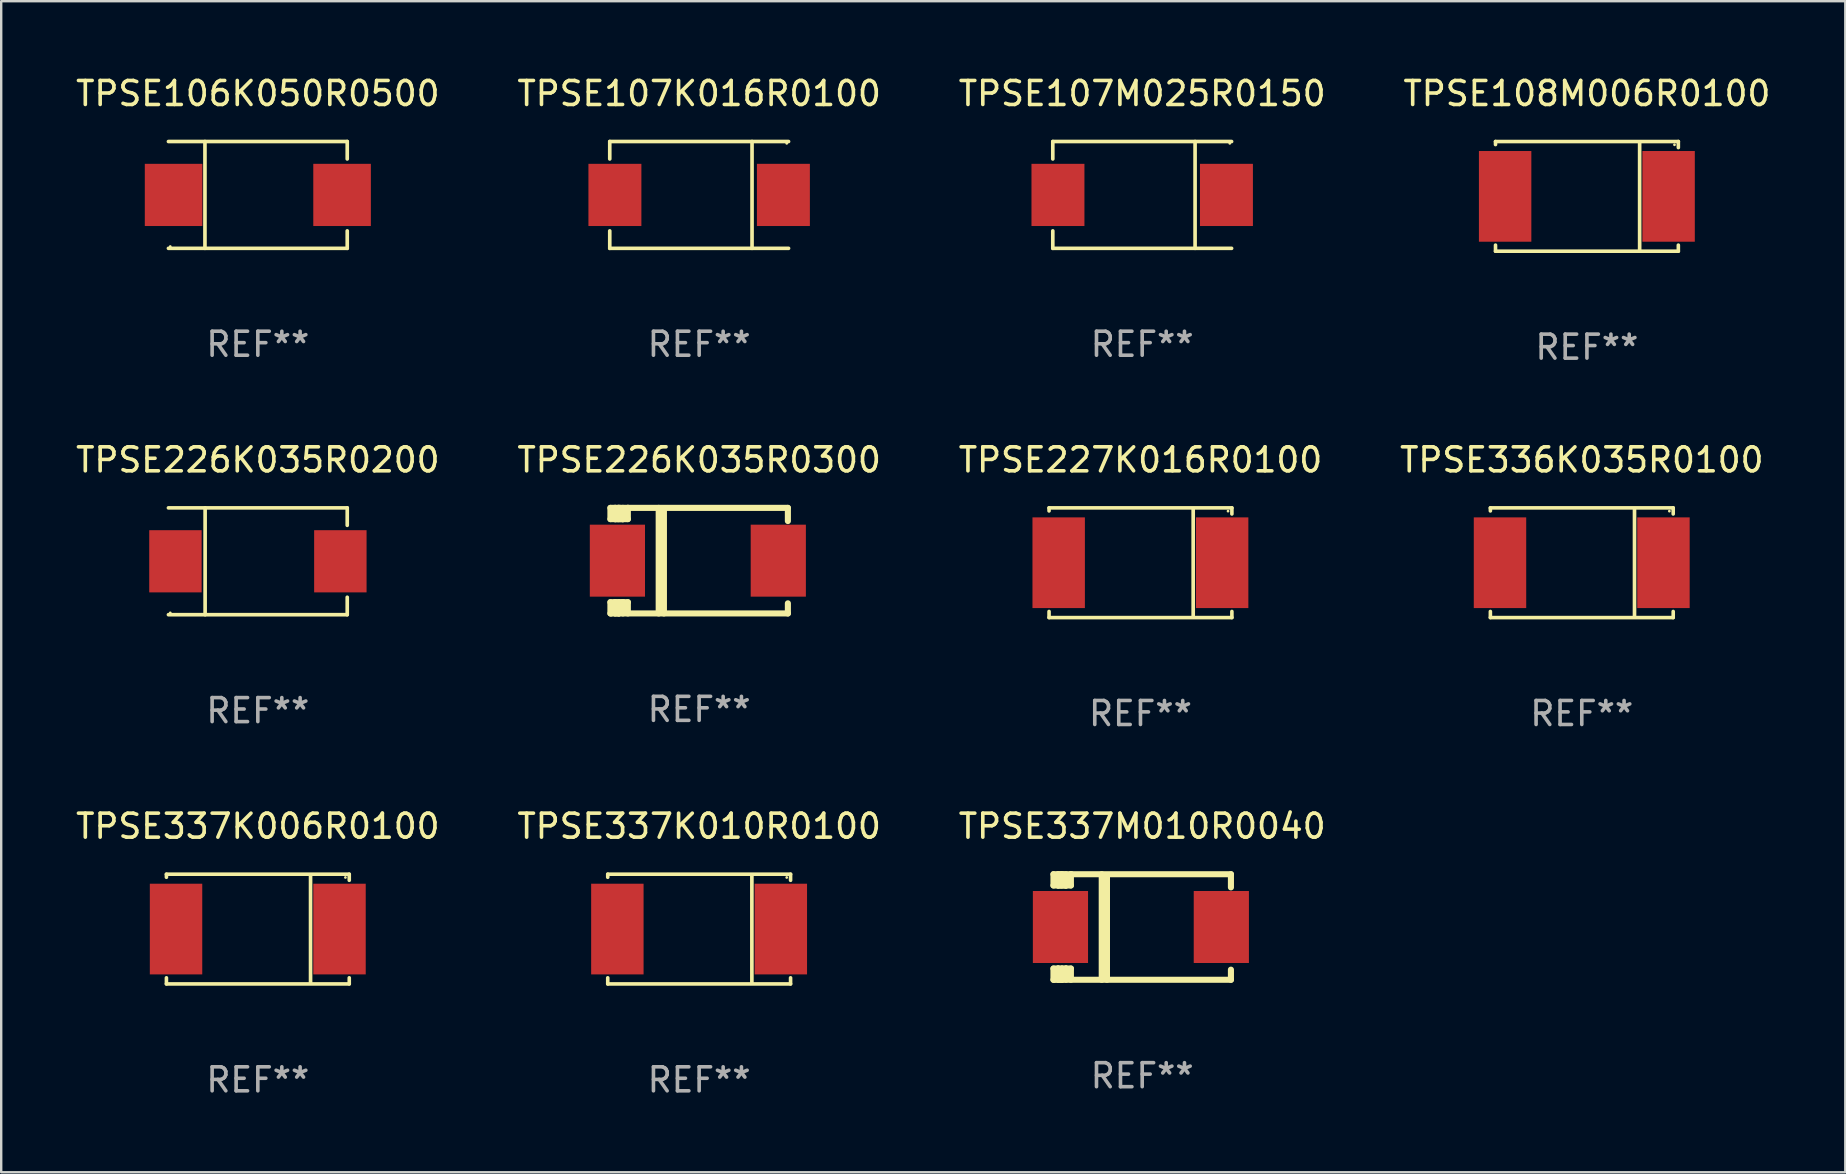
<source format=kicad_pcb>
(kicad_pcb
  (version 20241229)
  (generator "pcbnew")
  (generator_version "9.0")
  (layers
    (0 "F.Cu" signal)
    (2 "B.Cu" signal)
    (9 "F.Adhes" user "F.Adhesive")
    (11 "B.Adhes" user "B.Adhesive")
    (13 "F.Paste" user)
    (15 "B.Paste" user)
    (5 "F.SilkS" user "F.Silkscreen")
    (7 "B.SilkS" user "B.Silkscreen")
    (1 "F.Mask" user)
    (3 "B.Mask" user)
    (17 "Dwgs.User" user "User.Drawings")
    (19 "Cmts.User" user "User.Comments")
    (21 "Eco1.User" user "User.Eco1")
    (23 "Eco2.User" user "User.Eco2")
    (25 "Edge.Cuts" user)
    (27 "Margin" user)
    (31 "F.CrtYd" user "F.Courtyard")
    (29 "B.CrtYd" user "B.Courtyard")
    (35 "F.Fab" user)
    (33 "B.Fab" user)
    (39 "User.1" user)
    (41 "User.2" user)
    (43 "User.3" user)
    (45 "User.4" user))
  (footprint "TPSE107K016R0100"
    (layer "F.Cu")
    (at 26.089 5.074)
    (property "Reference" "TPSE107K016R0100" (at 0 -4.226 0) (layer "F.SilkS") (effects (font (size 1 1) (thickness 0.15))))
    (attr through_hole)
    (fp_line (start -3.726 -2.226) (end -3.726 -1.499) (stroke (width 0.152) (type solid)) (layer "F.SilkS"))
    (fp_line (start -3.726 -2.226) (end 3.726 -2.226) (stroke (width 0.152) (type solid)) (layer "F.SilkS"))
    (fp_line (start -3.726 2.226) (end -3.726 1.499) (stroke (width 0.152) (type solid)) (layer "F.SilkS"))
    (fp_line (start -3.726 2.226) (end 3.726 2.226) (stroke (width 0.152) (type solid)) (layer "F.SilkS"))
    (fp_line (start 2.204 -2.226) (end 2.204 2.226) (stroke (width 0.152) (type solid)) (layer "F.SilkS"))
    (fp_circle (center 3.65 -2.15) (end 3.68 -2.15) (stroke (width 0.06) (type solid)) (fill no) (layer "F.SilkS"))
    (fp_text user "REF**" (at 0 6.226 0) (layer "F.Fab") (effects (font (size 1 1) (thickness 0.15))))
    (pad "1" smd rect (at 3.511 0) (size 2.207 2.592) (layers "F.Cu" "F.Mask" "F.Paste"))
    (pad "2" smd rect (at -3.511 0) (size 2.207 2.592) (layers "F.Cu" "F.Mask" "F.Paste")))
  (footprint "TPSE337M010R0040"
    (layer "F.Cu")
    (at 44.554 35.585)
    (property "Reference" "TPSE337M010R0040" (at 0 -4.2 0) (layer "F.SilkS") (effects (font (size 1 1) (thickness 0.15))))
    (attr through_hole)
    (fp_line (start -3.698 -2.2) (end -3.502 -2.2) (stroke (width 0.254) (type solid)) (layer "F.SilkS"))
    (fp_line (start -3.698 -1.731) (end -3.698 -2.2) (stroke (width 0.254) (type solid)) (layer "F.SilkS"))
    (fp_line (start -3.698 -1.731) (end -3.502 -1.731) (stroke (width 0.254) (type solid)) (layer "F.SilkS"))
    (fp_line (start -3.698 1.731) (end -3.502 1.731) (stroke (width 0.254) (type solid)) (layer "F.SilkS"))
    (fp_line (start -3.698 2.2) (end -3.698 1.731) (stroke (width 0.254) (type solid)) (layer "F.SilkS"))
    (fp_line (start -3.66 2.2) (end -3.698 2.2) (stroke (width 0.254) (type solid)) (layer "F.SilkS"))
    (fp_line (start -3.66 2.2) (end -3.346 2.2) (stroke (width 0.254) (type solid)) (layer "F.SilkS"))
    (fp_line (start -3.502 -2.2) (end 3.698 -2.2) (stroke (width 0.254) (type solid)) (layer "F.SilkS"))
    (fp_line (start -3.502 -1.731) (end -3.502 -2.2) (stroke (width 0.254) (type solid)) (layer "F.SilkS"))
    (fp_line (start -3.502 1.731) (end -3.502 1.778) (stroke (width 0.254) (type solid)) (layer "F.SilkS"))
    (fp_line (start -3.502 1.731) (end -3.178 1.731) (stroke (width 0.254) (type solid)) (layer "F.SilkS"))
    (fp_line (start -3.502 1.778) (end -3.502 1.731) (stroke (width 0.254) (type solid)) (layer "F.SilkS"))
    (fp_line (start -3.502 2.2) (end -3.502 1.778) (stroke (width 0.254) (type solid)) (layer "F.SilkS"))
    (fp_line (start -3.502 2.2) (end 3.698 2.2) (stroke (width 0.254) (type solid)) (layer "F.SilkS"))
    (fp_line (start -3.367 -2.2) (end -3.367 -1.731) (stroke (width 0.254) (type solid)) (layer "F.SilkS"))
    (fp_line (start -3.346 1.731) (end -3.346 2.2) (stroke (width 0.254) (type solid)) (layer "F.SilkS"))
    (fp_line (start -3.346 2.2) (end -3.346 2.2) (stroke (width 0.254) (type solid)) (layer "F.SilkS"))
    (fp_line (start -3.332 1.731) (end -3.346 1.731) (stroke (width 0.254) (type solid)) (layer "F.SilkS"))
    (fp_line (start -3.303 -2.2) (end -3.367 -2.2) (stroke (width 0.254) (type solid)) (layer "F.SilkS"))
    (fp_line (start -3.179 -1.731) (end -3.179 -1.731) (stroke (width 0.254) (type solid)) (layer "F.SilkS"))
    (fp_line (start -3.179 1.731) (end -3.179 2.2) (stroke (width 0.254) (type solid)) (layer "F.SilkS"))
    (fp_line (start -3.178 -1.731) (end -3.502 -1.731) (stroke (width 0.254) (type solid)) (layer "F.SilkS"))
    (fp_line (start -3.178 -1.731) (end -3.179 -1.731) (stroke (width 0.254) (type solid)) (layer "F.SilkS"))
    (fp_line (start -3.178 -1.731) (end -3.178 -2.2) (stroke (width 0.254) (type solid)) (layer "F.SilkS"))
    (fp_line (start -3.178 1.731) (end -3.178 1.731) (stroke (width 0.254) (type solid)) (layer "F.SilkS"))
    (fp_line (start -2.972 -2.2) (end -2.972 -1.731) (stroke (width 0.254) (type solid)) (layer "F.SilkS"))
    (fp_line (start -2.972 -1.731) (end -3.502 -1.731) (stroke (width 0.254) (type solid)) (layer "F.SilkS"))
    (fp_line (start -2.972 1.731) (end -3.179 1.731) (stroke (width 0.254) (type solid)) (layer "F.SilkS"))
    (fp_line (start -2.972 1.731) (end -2.972 2.2) (stroke (width 0.254) (type solid)) (layer "F.SilkS"))
    (fp_line (start -2.957 -2.2) (end -2.972 -2.2) (stroke (width 0.254) (type solid)) (layer "F.SilkS"))
    (fp_line (start -1.686 -2.2) (end -1.686 2.2) (stroke (width 0.254) (type solid)) (layer "F.SilkS"))
    (fp_line (start -1.469 -2.159) (end -1.469 2.2) (stroke (width 0.254) (type solid)) (layer "F.SilkS"))
    (fp_line (start -1.452 -2.159) (end -1.469 -2.159) (stroke (width 0.254) (type solid)) (layer "F.SilkS"))
    (fp_line (start 3.698 -2.2) (end 3.698 -1.651) (stroke (width 0.254) (type solid)) (layer "F.SilkS"))
    (fp_line (start 3.698 2.2) (end 3.698 1.778) (stroke (width 0.254) (type solid)) (layer "F.SilkS"))
    (fp_circle (center -3.552 2.15) (end -3.522 2.15) (stroke (width 0.06) (type solid)) (fill no) (layer "F.SilkS"))
    (fp_text user "REF**" (at 0 6.2 0) (layer "F.Fab") (effects (font (size 1 1) (thickness 0.15))))
    (pad "1" smd rect (at -3.407 0) (size 2.3 3) (layers "F.Cu" "F.Mask" "F.Paste"))
    (pad "2" smd rect (at 3.298 0) (size 2.3 3) (layers "F.Cu" "F.Mask" "F.Paste")))
  (footprint "TPSE337K006R0100"
    (layer "F.Cu")
    (at 7.696 35.671)
    (property "Reference" "TPSE337K006R0100" (at 0 -4.286 0) (layer "F.SilkS") (effects (font (size 1 1) (thickness 0.15))))
    (attr through_hole)
    (fp_line (start -3.81 -2.286) (end -3.81 -2.159) (stroke (width 0.15) (type solid)) (layer "F.SilkS"))
    (fp_line (start -3.81 2.032) (end -3.81 2.286) (stroke (width 0.15) (type solid)) (layer "F.SilkS"))
    (fp_line (start -3.81 2.286) (end 3.81 2.286) (stroke (width 0.15) (type solid)) (layer "F.SilkS"))
    (fp_line (start 2.197 -2.226) (end 2.197 2.226) (stroke (width 0.152) (type solid)) (layer "F.SilkS"))
    (fp_line (start 3.81 -2.286) (end -3.81 -2.286) (stroke (width 0.15) (type solid)) (layer "F.SilkS"))
    (fp_line (start 3.81 -2.032) (end 3.81 -2.286) (stroke (width 0.15) (type solid)) (layer "F.SilkS"))
    (fp_line (start 3.81 2.286) (end 3.81 2.032) (stroke (width 0.15) (type solid)) (layer "F.SilkS"))
    (fp_circle (center 3.65 -2.15) (end 3.68 -2.15) (stroke (width 0.06) (type solid)) (fill no) (layer "F.SilkS"))
    (fp_text user "REF**" (at 0 6.286 0) (layer "F.Fab") (effects (font (size 1 1) (thickness 0.15))))
    (pad "1" smd rect (at 3.404 0 180) (size 2.185 3.78) (layers "F.Cu" "F.Mask" "F.Paste"))
    (pad "2" smd rect (at -3.409 0 180) (size 2.185 3.78) (layers "F.Cu" "F.Mask" "F.Paste")))
  (footprint "TPSE227K016R0100"
    (layer "F.Cu")
    (at 44.482 20.403)
    (property "Reference" "TPSE227K016R0100" (at 0 -4.286 0) (layer "F.SilkS") (effects (font (size 1 1) (thickness 0.15))))
    (attr through_hole)
    (fp_line (start -3.81 -2.286) (end -3.81 -2.159) (stroke (width 0.15) (type solid)) (layer "F.SilkS"))
    (fp_line (start -3.81 2.032) (end -3.81 2.286) (stroke (width 0.15) (type solid)) (layer "F.SilkS"))
    (fp_line (start -3.81 2.286) (end 3.81 2.286) (stroke (width 0.15) (type solid)) (layer "F.SilkS"))
    (fp_line (start 2.197 -2.226) (end 2.197 2.226) (stroke (width 0.152) (type solid)) (layer "F.SilkS"))
    (fp_line (start 3.81 -2.286) (end -3.81 -2.286) (stroke (width 0.15) (type solid)) (layer "F.SilkS"))
    (fp_line (start 3.81 -2.032) (end 3.81 -2.286) (stroke (width 0.15) (type solid)) (layer "F.SilkS"))
    (fp_line (start 3.81 2.286) (end 3.81 2.032) (stroke (width 0.15) (type solid)) (layer "F.SilkS"))
    (fp_circle (center 3.65 -2.15) (end 3.68 -2.15) (stroke (width 0.06) (type solid)) (fill no) (layer "F.SilkS"))
    (fp_text user "REF**" (at 0 6.286 0) (layer "F.Fab") (effects (font (size 1 1) (thickness 0.15))))
    (pad "1" smd rect (at 3.404 0 180) (size 2.185 3.78) (layers "F.Cu" "F.Mask" "F.Paste"))
    (pad "2" smd rect (at -3.409 0 180) (size 2.185 3.78) (layers "F.Cu" "F.Mask" "F.Paste")))
  (footprint "TPSE336K035R0100"
    (layer "F.Cu")
    (at 62.875 20.403)
    (property "Reference" "TPSE336K035R0100" (at 0 -4.286 0) (layer "F.SilkS") (effects (font (size 1 1) (thickness 0.15))))
    (attr through_hole)
    (fp_line (start -3.81 -2.286) (end -3.81 -2.159) (stroke (width 0.15) (type solid)) (layer "F.SilkS"))
    (fp_line (start -3.81 2.032) (end -3.81 2.286) (stroke (width 0.15) (type solid)) (layer "F.SilkS"))
    (fp_line (start -3.81 2.286) (end 3.81 2.286) (stroke (width 0.15) (type solid)) (layer "F.SilkS"))
    (fp_line (start 2.197 -2.226) (end 2.197 2.226) (stroke (width 0.152) (type solid)) (layer "F.SilkS"))
    (fp_line (start 3.81 -2.286) (end -3.81 -2.286) (stroke (width 0.15) (type solid)) (layer "F.SilkS"))
    (fp_line (start 3.81 -2.032) (end 3.81 -2.286) (stroke (width 0.15) (type solid)) (layer "F.SilkS"))
    (fp_line (start 3.81 2.286) (end 3.81 2.032) (stroke (width 0.15) (type solid)) (layer "F.SilkS"))
    (fp_circle (center 3.65 -2.15) (end 3.68 -2.15) (stroke (width 0.06) (type solid)) (fill no) (layer "F.SilkS"))
    (fp_text user "REF**" (at 0 6.286 0) (layer "F.Fab") (effects (font (size 1 1) (thickness 0.15))))
    (pad "1" smd rect (at 3.404 0 180) (size 2.185 3.78) (layers "F.Cu" "F.Mask" "F.Paste"))
    (pad "2" smd rect (at -3.409 0 180) (size 2.185 3.78) (layers "F.Cu" "F.Mask" "F.Paste")))
  (footprint "TPSE337K010R0100"
    (layer "F.Cu")
    (at 26.089 35.671)
    (property "Reference" "TPSE337K010R0100" (at 0 -4.286 0) (layer "F.SilkS") (effects (font (size 1 1) (thickness 0.15))))
    (attr through_hole)
    (fp_line (start -3.81 -2.286) (end -3.81 -2.159) (stroke (width 0.15) (type solid)) (layer "F.SilkS"))
    (fp_line (start -3.81 2.032) (end -3.81 2.286) (stroke (width 0.15) (type solid)) (layer "F.SilkS"))
    (fp_line (start -3.81 2.286) (end 3.81 2.286) (stroke (width 0.15) (type solid)) (layer "F.SilkS"))
    (fp_line (start 2.197 -2.226) (end 2.197 2.226) (stroke (width 0.152) (type solid)) (layer "F.SilkS"))
    (fp_line (start 3.81 -2.286) (end -3.81 -2.286) (stroke (width 0.15) (type solid)) (layer "F.SilkS"))
    (fp_line (start 3.81 -2.032) (end 3.81 -2.286) (stroke (width 0.15) (type solid)) (layer "F.SilkS"))
    (fp_line (start 3.81 2.286) (end 3.81 2.032) (stroke (width 0.15) (type solid)) (layer "F.SilkS"))
    (fp_circle (center 3.65 -2.15) (end 3.68 -2.15) (stroke (width 0.06) (type solid)) (fill no) (layer "F.SilkS"))
    (fp_text user "REF**" (at 0 6.286 0) (layer "F.Fab") (effects (font (size 1 1) (thickness 0.15))))
    (pad "1" smd rect (at 3.404 0 180) (size 2.185 3.78) (layers "F.Cu" "F.Mask" "F.Paste"))
    (pad "2" smd rect (at -3.409 0 180) (size 2.185 3.78) (layers "F.Cu" "F.Mask" "F.Paste")))
  (footprint "TPSE226K035R0300"
    (layer "F.Cu")
    (at 26.089 20.317)
    (property "Reference" "TPSE226K035R0300" (at 0 -4.2 0) (layer "F.SilkS") (effects (font (size 1 1) (thickness 0.15))))
    (attr through_hole)
    (fp_line (start -3.698 -2.2) (end -3.502 -2.2) (stroke (width 0.254) (type solid)) (layer "F.SilkS"))
    (fp_line (start -3.698 -1.731) (end -3.698 -2.2) (stroke (width 0.254) (type solid)) (layer "F.SilkS"))
    (fp_line (start -3.698 -1.731) (end -3.502 -1.731) (stroke (width 0.254) (type solid)) (layer "F.SilkS"))
    (fp_line (start -3.698 1.731) (end -3.502 1.731) (stroke (width 0.254) (type solid)) (layer "F.SilkS"))
    (fp_line (start -3.698 2.2) (end -3.698 1.731) (stroke (width 0.254) (type solid)) (layer "F.SilkS"))
    (fp_line (start -3.66 2.2) (end -3.698 2.2) (stroke (width 0.254) (type solid)) (layer "F.SilkS"))
    (fp_line (start -3.66 2.2) (end -3.346 2.2) (stroke (width 0.254) (type solid)) (layer "F.SilkS"))
    (fp_line (start -3.502 -2.2) (end 3.698 -2.2) (stroke (width 0.254) (type solid)) (layer "F.SilkS"))
    (fp_line (start -3.502 -1.731) (end -3.502 -2.2) (stroke (width 0.254) (type solid)) (layer "F.SilkS"))
    (fp_line (start -3.502 1.731) (end -3.502 1.778) (stroke (width 0.254) (type solid)) (layer "F.SilkS"))
    (fp_line (start -3.502 1.731) (end -3.178 1.731) (stroke (width 0.254) (type solid)) (layer "F.SilkS"))
    (fp_line (start -3.502 1.778) (end -3.502 1.731) (stroke (width 0.254) (type solid)) (layer "F.SilkS"))
    (fp_line (start -3.502 2.2) (end -3.502 1.778) (stroke (width 0.254) (type solid)) (layer "F.SilkS"))
    (fp_line (start -3.502 2.2) (end 3.698 2.2) (stroke (width 0.254) (type solid)) (layer "F.SilkS"))
    (fp_line (start -3.367 -2.2) (end -3.367 -1.731) (stroke (width 0.254) (type solid)) (layer "F.SilkS"))
    (fp_line (start -3.346 1.731) (end -3.346 2.2) (stroke (width 0.254) (type solid)) (layer "F.SilkS"))
    (fp_line (start -3.346 2.2) (end -3.346 2.2) (stroke (width 0.254) (type solid)) (layer "F.SilkS"))
    (fp_line (start -3.332 1.731) (end -3.346 1.731) (stroke (width 0.254) (type solid)) (layer "F.SilkS"))
    (fp_line (start -3.303 -2.2) (end -3.367 -2.2) (stroke (width 0.254) (type solid)) (layer "F.SilkS"))
    (fp_line (start -3.179 -1.731) (end -3.179 -1.731) (stroke (width 0.254) (type solid)) (layer "F.SilkS"))
    (fp_line (start -3.179 1.731) (end -3.179 2.2) (stroke (width 0.254) (type solid)) (layer "F.SilkS"))
    (fp_line (start -3.178 -1.731) (end -3.502 -1.731) (stroke (width 0.254) (type solid)) (layer "F.SilkS"))
    (fp_line (start -3.178 -1.731) (end -3.179 -1.731) (stroke (width 0.254) (type solid)) (layer "F.SilkS"))
    (fp_line (start -3.178 -1.731) (end -3.178 -2.2) (stroke (width 0.254) (type solid)) (layer "F.SilkS"))
    (fp_line (start -3.178 1.731) (end -3.178 1.731) (stroke (width 0.254) (type solid)) (layer "F.SilkS"))
    (fp_line (start -2.972 -2.2) (end -2.972 -1.731) (stroke (width 0.254) (type solid)) (layer "F.SilkS"))
    (fp_line (start -2.972 -1.731) (end -3.502 -1.731) (stroke (width 0.254) (type solid)) (layer "F.SilkS"))
    (fp_line (start -2.972 1.731) (end -3.179 1.731) (stroke (width 0.254) (type solid)) (layer "F.SilkS"))
    (fp_line (start -2.972 1.731) (end -2.972 2.2) (stroke (width 0.254) (type solid)) (layer "F.SilkS"))
    (fp_line (start -2.957 -2.2) (end -2.972 -2.2) (stroke (width 0.254) (type solid)) (layer "F.SilkS"))
    (fp_line (start -1.686 -2.2) (end -1.686 2.2) (stroke (width 0.254) (type solid)) (layer "F.SilkS"))
    (fp_line (start -1.469 -2.159) (end -1.469 2.2) (stroke (width 0.254) (type solid)) (layer "F.SilkS"))
    (fp_line (start -1.452 -2.159) (end -1.469 -2.159) (stroke (width 0.254) (type solid)) (layer "F.SilkS"))
    (fp_line (start 3.698 -2.2) (end 3.698 -1.651) (stroke (width 0.254) (type solid)) (layer "F.SilkS"))
    (fp_line (start 3.698 2.2) (end 3.698 1.778) (stroke (width 0.254) (type solid)) (layer "F.SilkS"))
    (fp_circle (center -3.552 2.15) (end -3.522 2.15) (stroke (width 0.06) (type solid)) (fill no) (layer "F.SilkS"))
    (fp_text user "REF**" (at 0 6.2 0) (layer "F.Fab") (effects (font (size 1 1) (thickness 0.15))))
    (pad "1" smd rect (at -3.407 0) (size 2.3 3) (layers "F.Cu" "F.Mask" "F.Paste"))
    (pad "2" smd rect (at 3.298 0) (size 2.3 3) (layers "F.Cu" "F.Mask" "F.Paste")))
  (footprint "TPSE226K035R0200"
    (layer "F.Cu")
    (at 7.696 20.343)
    (property "Reference" "TPSE226K035R0200" (at 0 -4.226 0) (layer "F.SilkS") (effects (font (size 1 1) (thickness 0.15))))
    (attr through_hole)
    (fp_line (start -3.726 -2.226) (end 3.726 -2.226) (stroke (width 0.152) (type solid)) (layer "F.SilkS"))
    (fp_line (start -3.726 2.226) (end 3.726 2.226) (stroke (width 0.152) (type solid)) (layer "F.SilkS"))
    (fp_line (start -2.197 -2.226) (end -2.197 2.226) (stroke (width 0.152) (type solid)) (layer "F.SilkS"))
    (fp_line (start 3.726 -2.226) (end 3.726 -1.499) (stroke (width 0.152) (type solid)) (layer "F.SilkS"))
    (fp_line (start 3.726 2.226) (end 3.726 1.499) (stroke (width 0.152) (type solid)) (layer "F.SilkS"))
    (fp_circle (center -3.65 2.15) (end -3.62 2.15) (stroke (width 0.06) (type solid)) (fill no) (layer "F.SilkS"))
    (fp_text user "REF**" (at 0 6.226 0) (layer "F.Fab") (effects (font (size 1 1) (thickness 0.15))))
    (pad "1" smd rect (at -3.434 0 180) (size 2.185 2.592) (layers "F.Cu" "F.Mask" "F.Paste"))
    (pad "2" smd rect (at 3.439 0 180) (size 2.185 2.592) (layers "F.Cu" "F.Mask" "F.Paste")))
  (footprint "TPSE106K050R0500"
    (layer "F.Cu")
    (at 7.696 5.074)
    (property "Reference" "TPSE106K050R0500" (at 0 -4.226 0) (layer "F.SilkS") (effects (font (size 1 1) (thickness 0.15))))
    (attr through_hole)
    (fp_line (start -2.204 -2.226) (end -2.204 2.226) (stroke (width 0.152) (type solid)) (layer "F.SilkS"))
    (fp_line (start 3.726 -2.226) (end -3.726 -2.226) (stroke (width 0.152) (type solid)) (layer "F.SilkS"))
    (fp_line (start 3.726 -2.226) (end 3.726 -1.499) (stroke (width 0.152) (type solid)) (layer "F.SilkS"))
    (fp_line (start 3.726 2.226) (end -3.726 2.226) (stroke (width 0.152) (type solid)) (layer "F.SilkS"))
    (fp_line (start 3.726 2.226) (end 3.726 1.499) (stroke (width 0.152) (type solid)) (layer "F.SilkS"))
    (fp_circle (center -3.65 2.15) (end -3.62 2.15) (stroke (width 0.06) (type solid)) (fill no) (layer "F.SilkS"))
    (fp_text user "REF**" (at 0 6.226 0) (layer "F.Fab") (effects (font (size 1 1) (thickness 0.15))))
    (pad "1" smd rect (at -3.511 0) (size 2.4 2.592) (layers "F.Cu" "F.Mask" "F.Paste"))
    (pad "2" smd rect (at 3.511 0) (size 2.4 2.592) (layers "F.Cu" "F.Mask" "F.Paste")))
  (footprint "TPSE108M006R0100"
    (layer "F.Cu")
    (at 63.089 5.134)
    (property "Reference" "TPSE108M006R0100" (at 0 -4.286 0) (layer "F.SilkS") (effects (font (size 1 1) (thickness 0.15))))
    (attr through_hole)
    (fp_line (start -3.81 -2.286) (end -3.81 -2.159) (stroke (width 0.15) (type solid)) (layer "F.SilkS"))
    (fp_line (start -3.81 2.032) (end -3.81 2.286) (stroke (width 0.15) (type solid)) (layer "F.SilkS"))
    (fp_line (start -3.81 2.286) (end 3.81 2.286) (stroke (width 0.15) (type solid)) (layer "F.SilkS"))
    (fp_line (start 2.197 -2.226) (end 2.197 2.226) (stroke (width 0.152) (type solid)) (layer "F.SilkS"))
    (fp_line (start 3.81 -2.286) (end -3.81 -2.286) (stroke (width 0.15) (type solid)) (layer "F.SilkS"))
    (fp_line (start 3.81 -2.032) (end 3.81 -2.286) (stroke (width 0.15) (type solid)) (layer "F.SilkS"))
    (fp_line (start 3.81 2.286) (end 3.81 2.032) (stroke (width 0.15) (type solid)) (layer "F.SilkS"))
    (fp_circle (center 3.65 -2.15) (end 3.68 -2.15) (stroke (width 0.06) (type solid)) (fill no) (layer "F.SilkS"))
    (fp_text user "REF**" (at 0 6.286 0) (layer "F.Fab") (effects (font (size 1 1) (thickness 0.15))))
    (pad "1" smd rect (at 3.404 0 180) (size 2.185 3.78) (layers "F.Cu" "F.Mask" "F.Paste"))
    (pad "2" smd rect (at -3.409 0 180) (size 2.185 3.78) (layers "F.Cu" "F.Mask" "F.Paste")))
  (footprint "TPSE107M025R0150"
    (layer "F.Cu")
    (at 44.554 5.074)
    (property "Reference" "TPSE107M025R0150" (at 0 -4.226 0) (layer "F.SilkS") (effects (font (size 1 1) (thickness 0.15))))
    (attr through_hole)
    (fp_line (start -3.726 -2.226) (end -3.726 -1.499) (stroke (width 0.152) (type solid)) (layer "F.SilkS"))
    (fp_line (start -3.726 -2.226) (end 3.726 -2.226) (stroke (width 0.152) (type solid)) (layer "F.SilkS"))
    (fp_line (start -3.726 2.226) (end -3.726 1.499) (stroke (width 0.152) (type solid)) (layer "F.SilkS"))
    (fp_line (start -3.726 2.226) (end 3.726 2.226) (stroke (width 0.152) (type solid)) (layer "F.SilkS"))
    (fp_line (start 2.204 -2.226) (end 2.204 2.226) (stroke (width 0.152) (type solid)) (layer "F.SilkS"))
    (fp_circle (center 3.65 -2.15) (end 3.68 -2.15) (stroke (width 0.06) (type solid)) (fill no) (layer "F.SilkS"))
    (fp_text user "REF**" (at 0 6.226 0) (layer "F.Fab") (effects (font (size 1 1) (thickness 0.15))))
    (pad "1" smd rect (at 3.511 0) (size 2.207 2.592) (layers "F.Cu" "F.Mask" "F.Paste"))
    (pad "2" smd rect (at -3.511 0) (size 2.207 2.592) (layers "F.Cu" "F.Mask" "F.Paste")))
  (gr_rect
    (start -3 -3)
    (end 73.857 45.806)
    (stroke (width 0.1) (type default))
    (fill no)
    (layer "Edge.Cuts")))
</source>
